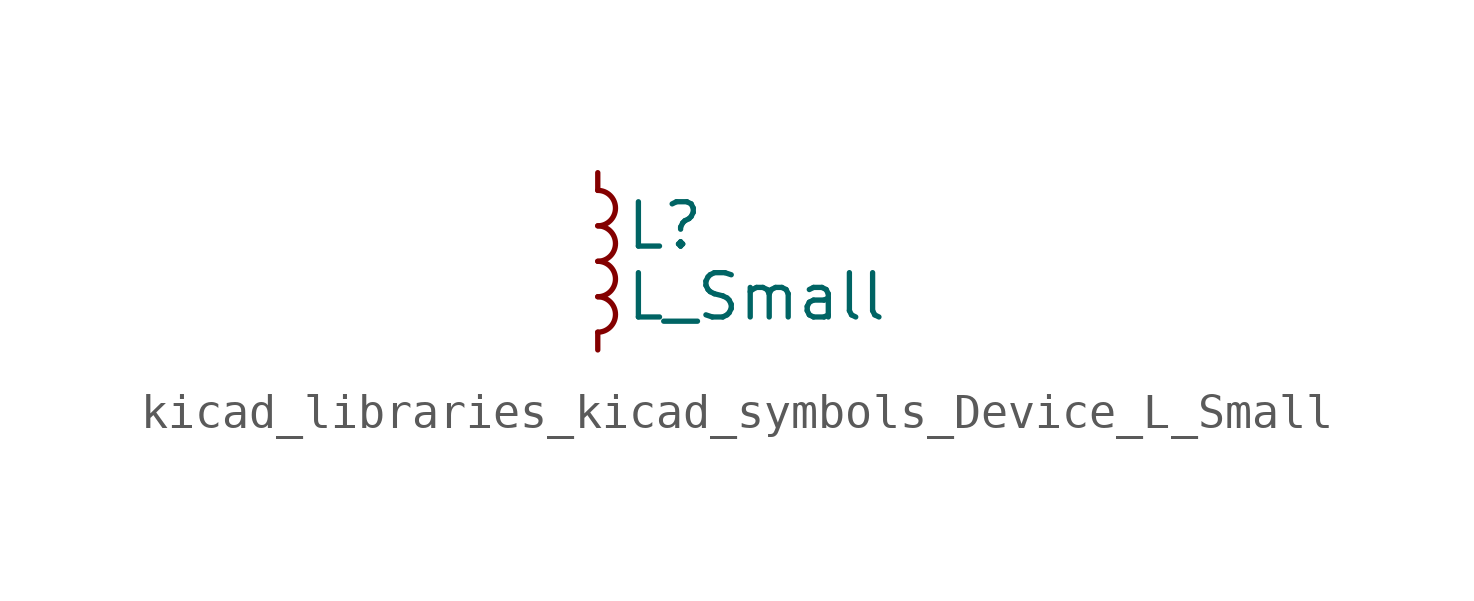
<source format=kicad_sym>
(kicad_symbol_lib
  (version 20220914)
  (generator kicad_symbol_editor)
  (symbol "kicad_libraries_kicad_symbols_Device_L_Small"
    (pin_numbers hide)
    (pin_names
      (offset 0.254) hide)
    (property "Reference" "L"
      (at 0.762 1.016 0)
      (effects (font (size 1.27 1.27)) (justify left)))
    (property "Value" "L_Small"
      (at 0.762 -1.016 0)
      (effects (font (size 1.27 1.27)) (justify left)))
    (symbol "kicad_libraries_kicad_symbols_Device_L_Small_0_1"
      (arc (start 0 -2.032) (mid 0.5058 -1.524) (end 0 -1.016) (stroke (width 0) (type default)) (fill (type none)))
      (arc (start 0 -1.016) (mid 0.5058 -0.508) (end 0 0) (stroke (width 0) (type default)) (fill (type none)))
      (arc (start 0 0) (mid 0.5058 0.508) (end 0 1.016) (stroke (width 0) (type default)) (fill (type none)))
      (arc (start 0 1.016) (mid 0.5058 1.524) (end 0 2.032) (stroke (width 0) (type default)) (fill (type none))))
    (symbol "kicad_libraries_kicad_symbols_Device_L_Small_1_1"
      (pin passive line (at 0 2.54 270) (length 0.508) (name "~" (effects (font (size 1.27 1.27)))) (number "1" (effects (font (size 1.27 1.27)))))
      (pin passive line (at 0 -2.54 90) (length 0.508) (name "~" (effects (font (size 1.27 1.27)))) (number "2" (effects (font (size 1.27 1.27))))))))
</source>
